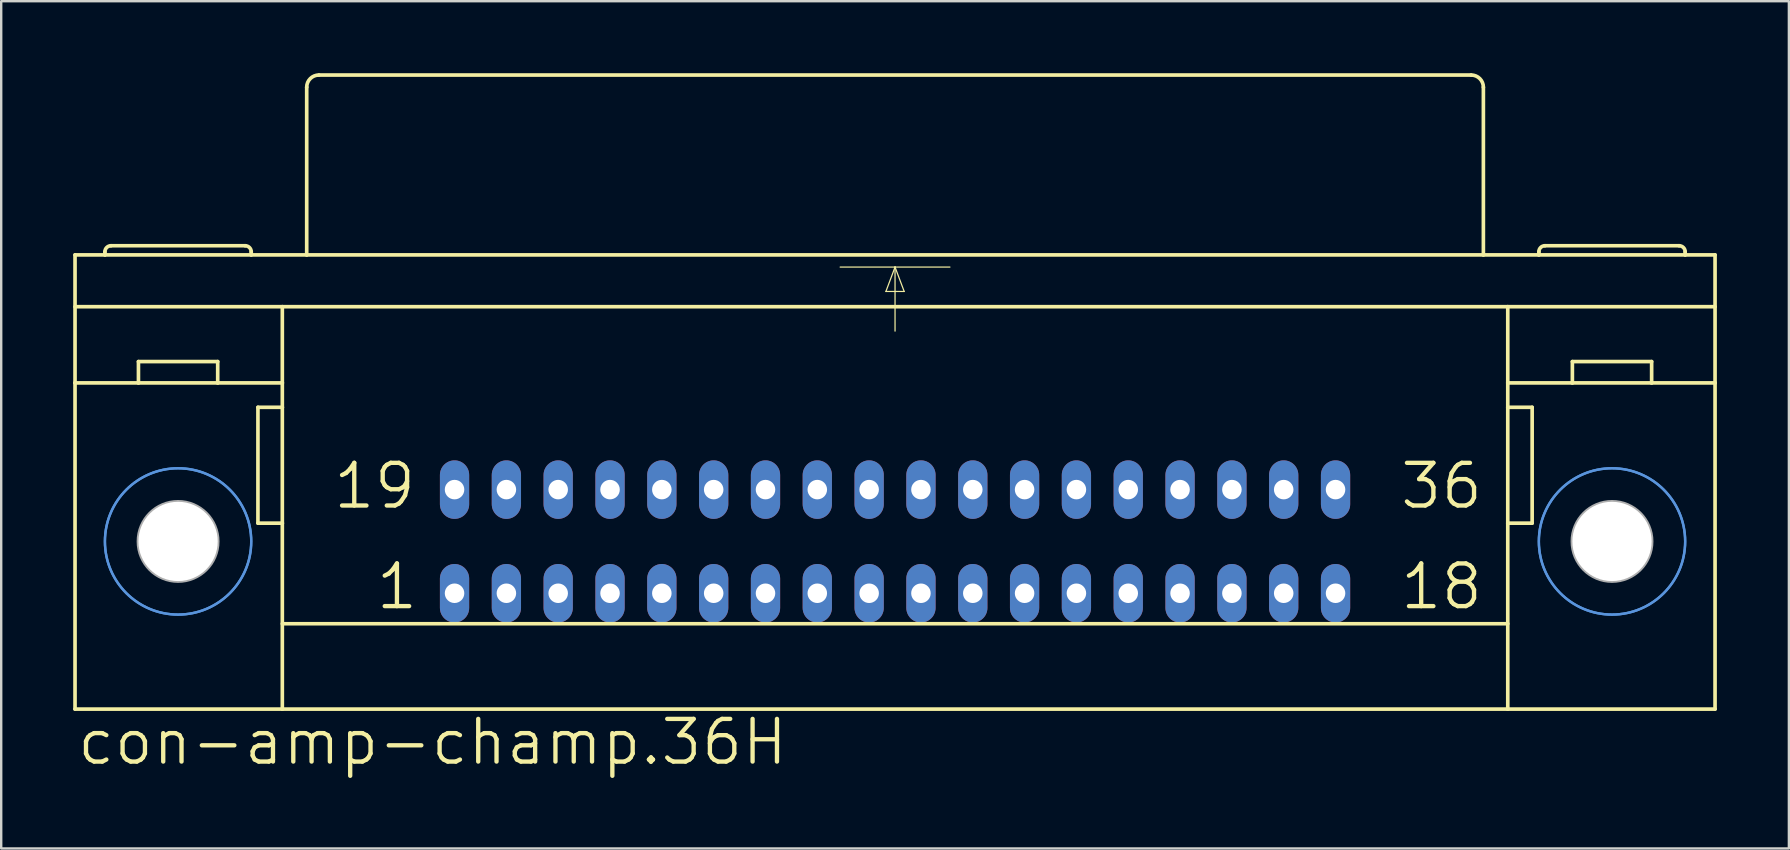
<source format=kicad_pcb>
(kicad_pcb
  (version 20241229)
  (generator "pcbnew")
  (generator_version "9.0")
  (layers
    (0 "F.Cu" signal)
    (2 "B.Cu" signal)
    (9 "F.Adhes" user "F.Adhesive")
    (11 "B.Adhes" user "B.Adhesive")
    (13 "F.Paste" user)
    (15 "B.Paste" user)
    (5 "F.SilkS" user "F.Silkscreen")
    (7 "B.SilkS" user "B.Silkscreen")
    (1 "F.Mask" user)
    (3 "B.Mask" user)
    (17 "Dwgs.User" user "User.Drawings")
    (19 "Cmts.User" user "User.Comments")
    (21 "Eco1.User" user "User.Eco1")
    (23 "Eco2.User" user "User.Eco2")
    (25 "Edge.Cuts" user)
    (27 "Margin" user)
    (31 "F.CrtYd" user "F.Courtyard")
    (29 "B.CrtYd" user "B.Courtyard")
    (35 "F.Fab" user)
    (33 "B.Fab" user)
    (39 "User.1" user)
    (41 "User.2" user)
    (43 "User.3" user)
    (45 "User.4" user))
  (footprint "con-amp-champ.36H"
    (layer "F.Cu")
    (at 34.239 19.507)
    (property "Reference" "con-amp-champ.36H" (at -34.163 9.398 0) (layer "F.SilkS") (effects (font (size 1.778 1.778) (thickness 0.18)) (justify left bottom)))
    (attr through_hole)
    (fp_line (start -34.163 -11.938) (end -32.918 -11.938) (stroke (width 0.152) (type default)) (layer "F.SilkS"))
    (fp_line (start -34.163 -9.779) (end -25.527 -9.779) (stroke (width 0.152) (type default)) (layer "F.SilkS"))
    (fp_line (start -34.163 -6.604) (end -34.163 -11.938) (stroke (width 0.152) (type default)) (layer "F.SilkS"))
    (fp_line (start -34.163 6.985) (end -34.163 -6.604) (stroke (width 0.152) (type default)) (layer "F.SilkS"))
    (fp_line (start -34.163 6.985) (end -25.527 6.985) (stroke (width 0.152) (type default)) (layer "F.SilkS"))
    (fp_line (start -32.918 -11.938) (end -32.918 -12.065) (stroke (width 0.152) (type default)) (layer "F.SilkS"))
    (fp_line (start -32.918 -11.938) (end -26.822 -11.938) (stroke (width 0.152) (type default)) (layer "F.SilkS"))
    (fp_line (start -31.521 -6.604) (end -34.163 -6.604) (stroke (width 0.152) (type default)) (layer "F.SilkS"))
    (fp_line (start -31.521 -6.604) (end -31.521 -7.493) (stroke (width 0.152) (type default)) (layer "F.SilkS"))
    (fp_line (start -28.219 -7.493) (end -31.521 -7.493) (stroke (width 0.152) (type default)) (layer "F.SilkS"))
    (fp_line (start -28.219 -6.604) (end -31.521 -6.604) (stroke (width 0.152) (type default)) (layer "F.SilkS"))
    (fp_line (start -28.219 -6.604) (end -28.219 -7.493) (stroke (width 0.152) (type default)) (layer "F.SilkS"))
    (fp_line (start -27.076 -12.319) (end -32.664 -12.319) (stroke (width 0.152) (type default)) (layer "F.SilkS"))
    (fp_line (start -26.822 -11.938) (end -26.822 -12.065) (stroke (width 0.152) (type default)) (layer "F.SilkS"))
    (fp_line (start -26.822 -11.938) (end -24.511 -11.938) (stroke (width 0.152) (type default)) (layer "F.SilkS"))
    (fp_line (start -26.543 -5.588) (end -26.543 -0.762) (stroke (width 0.152) (type default)) (layer "F.SilkS"))
    (fp_line (start -26.543 -0.762) (end -25.527 -0.762) (stroke (width 0.152) (type default)) (layer "F.SilkS"))
    (fp_line (start -25.527 -9.779) (end 25.527 -9.779) (stroke (width 0.152) (type default)) (layer "F.SilkS"))
    (fp_line (start -25.527 -6.604) (end -28.219 -6.604) (stroke (width 0.152) (type default)) (layer "F.SilkS"))
    (fp_line (start -25.527 -6.604) (end -25.527 -9.779) (stroke (width 0.152) (type default)) (layer "F.SilkS"))
    (fp_line (start -25.527 -5.588) (end -26.543 -5.588) (stroke (width 0.152) (type default)) (layer "F.SilkS"))
    (fp_line (start -25.527 -5.588) (end -25.527 -6.604) (stroke (width 0.152) (type default)) (layer "F.SilkS"))
    (fp_line (start -25.527 -0.762) (end -25.527 -5.588) (stroke (width 0.152) (type default)) (layer "F.SilkS"))
    (fp_line (start -25.527 3.429) (end 25.527 3.429) (stroke (width 0.152) (type default)) (layer "F.SilkS"))
    (fp_line (start -25.527 6.985) (end -25.527 -0.762) (stroke (width 0.152) (type default)) (layer "F.SilkS"))
    (fp_line (start -25.527 6.985) (end 25.527 6.985) (stroke (width 0.152) (type default)) (layer "F.SilkS"))
    (fp_line (start -24.511 -11.938) (end -24.511 -18.923) (stroke (width 0.152) (type default)) (layer "F.SilkS"))
    (fp_line (start -24.511 -11.938) (end 24.511 -11.938) (stroke (width 0.152) (type default)) (layer "F.SilkS"))
    (fp_line (start -24.003 -19.431) (end 24.003 -19.431) (stroke (width 0.152) (type default)) (layer "F.SilkS"))
    (fp_line (start -2.286 -11.43) (end 0 -11.43) (stroke (width 0.051) (type default)) (layer "F.SilkS"))
    (fp_line (start -0.381 -10.414) (end 0.381 -10.414) (stroke (width 0.051) (type default)) (layer "F.SilkS"))
    (fp_line (start 0 -11.43) (end -0.381 -10.414) (stroke (width 0.051) (type default)) (layer "F.SilkS"))
    (fp_line (start 0 -11.43) (end 0 -8.763) (stroke (width 0.051) (type default)) (layer "F.SilkS"))
    (fp_line (start 0 -11.43) (end 2.286 -11.43) (stroke (width 0.051) (type default)) (layer "F.SilkS"))
    (fp_line (start 0.381 -10.414) (end 0 -11.43) (stroke (width 0.051) (type default)) (layer "F.SilkS"))
    (fp_line (start 24.511 -11.938) (end 24.511 -18.923) (stroke (width 0.152) (type default)) (layer "F.SilkS"))
    (fp_line (start 24.511 -11.938) (end 26.822 -11.938) (stroke (width 0.152) (type default)) (layer "F.SilkS"))
    (fp_line (start 25.527 -9.779) (end 34.163 -9.779) (stroke (width 0.152) (type default)) (layer "F.SilkS"))
    (fp_line (start 25.527 -6.604) (end 25.527 -9.779) (stroke (width 0.152) (type default)) (layer "F.SilkS"))
    (fp_line (start 25.527 -6.604) (end 28.219 -6.604) (stroke (width 0.152) (type default)) (layer "F.SilkS"))
    (fp_line (start 25.527 -5.588) (end 25.527 -6.604) (stroke (width 0.152) (type default)) (layer "F.SilkS"))
    (fp_line (start 25.527 -5.588) (end 26.543 -5.588) (stroke (width 0.152) (type default)) (layer "F.SilkS"))
    (fp_line (start 25.527 -0.762) (end 25.527 -5.588) (stroke (width 0.152) (type default)) (layer "F.SilkS"))
    (fp_line (start 25.527 6.985) (end 25.527 -0.762) (stroke (width 0.152) (type default)) (layer "F.SilkS"))
    (fp_line (start 25.527 6.985) (end 34.163 6.985) (stroke (width 0.152) (type default)) (layer "F.SilkS"))
    (fp_line (start 26.543 -5.588) (end 26.543 -0.762) (stroke (width 0.152) (type default)) (layer "F.SilkS"))
    (fp_line (start 26.543 -0.762) (end 25.527 -0.762) (stroke (width 0.152) (type default)) (layer "F.SilkS"))
    (fp_line (start 26.822 -11.938) (end 26.822 -12.065) (stroke (width 0.152) (type default)) (layer "F.SilkS"))
    (fp_line (start 26.822 -11.938) (end 32.918 -11.938) (stroke (width 0.152) (type default)) (layer "F.SilkS"))
    (fp_line (start 27.076 -12.319) (end 32.664 -12.319) (stroke (width 0.152) (type default)) (layer "F.SilkS"))
    (fp_line (start 28.219 -7.493) (end 31.521 -7.493) (stroke (width 0.152) (type default)) (layer "F.SilkS"))
    (fp_line (start 28.219 -6.604) (end 28.219 -7.493) (stroke (width 0.152) (type default)) (layer "F.SilkS"))
    (fp_line (start 28.219 -6.604) (end 31.521 -6.604) (stroke (width 0.152) (type default)) (layer "F.SilkS"))
    (fp_line (start 31.521 -6.604) (end 31.521 -7.493) (stroke (width 0.152) (type default)) (layer "F.SilkS"))
    (fp_line (start 31.521 -6.604) (end 34.163 -6.604) (stroke (width 0.152) (type default)) (layer "F.SilkS"))
    (fp_line (start 32.918 -11.938) (end 32.918 -12.065) (stroke (width 0.152) (type default)) (layer "F.SilkS"))
    (fp_line (start 32.918 -11.938) (end 34.163 -11.938) (stroke (width 0.152) (type default)) (layer "F.SilkS"))
    (fp_line (start 34.163 -11.938) (end 34.163 -6.604) (stroke (width 0.152) (type default)) (layer "F.SilkS"))
    (fp_line (start 34.163 -6.604) (end 34.163 6.985) (stroke (width 0.152) (type default)) (layer "F.SilkS"))
    (fp_arc (start -32.9184 -12.065) (mid -32.844005 -12.244605) (end -32.6644 -12.319) (stroke (width 0.1524) (type default)) (layer "F.SilkS"))
    (fp_arc (start -27.0764 -12.319) (mid -26.896795 -12.244605) (end -26.8224 -12.065) (stroke (width 0.1524) (type default)) (layer "F.SilkS"))
    (fp_arc (start -24.511 -18.923) (mid -24.36221 -19.28221) (end -24.003 -19.431) (stroke (width 0.1524) (type default)) (layer "F.SilkS"))
    (fp_arc (start 24.003 -19.431) (mid 24.36221 -19.28221) (end 24.511 -18.923) (stroke (width 0.1524) (type default)) (layer "F.SilkS"))
    (fp_arc (start 26.8224 -12.065) (mid 26.896795 -12.244605) (end 27.0764 -12.319) (stroke (width 0.1524) (type default)) (layer "F.SilkS"))
    (fp_arc (start 32.6644 -12.319) (mid 32.844005 -12.244605) (end 32.9184 -12.065) (stroke (width 0.1524) (type default)) (layer "F.SilkS"))
    (fp_circle (center -29.87 0) (end -26.822 0) (stroke (width 0.1) (type default)) (fill no) (layer "Cmts.User"))
    (fp_circle (center -29.87 0) (end -26.822 0) (stroke (width 0.1) (type default)) (fill no) (layer "Cmts.User"))
    (fp_circle (center 29.87 0) (end 32.918 0) (stroke (width 0.1) (type default)) (fill no) (layer "Cmts.User"))
    (fp_circle (center 29.87 0) (end 32.918 0) (stroke (width 0.1) (type default)) (fill no) (layer "Cmts.User"))
    (fp_circle (center -29.87 0) (end -28.219 0) (stroke (width 0.152) (type default)) (fill no) (layer "F.Fab"))
    (fp_circle (center 29.87 0) (end 31.521 0) (stroke (width 0.152) (type default)) (fill no) (layer "F.Fab"))
    (fp_text user "1" (at -21.717 2.921 0) (layer "F.SilkS") (effects (font (size 1.778 1.778) (thickness 0.18)) (justify left bottom)))
    (fp_text user "36" (at 20.955 -1.27 0) (layer "F.SilkS") (effects (font (size 1.778 1.778) (thickness 0.18)) (justify left bottom)))
    (fp_text user "19" (at -23.495 -1.27 0) (layer "F.SilkS") (effects (font (size 1.778 1.778) (thickness 0.18)) (justify left bottom)))
    (fp_text user "18" (at 20.955 2.921 0) (layer "F.SilkS") (effects (font (size 1.778 1.778) (thickness 0.18)) (justify left bottom)))
    (pad "" np_thru_hole circle (at -29.87 0) (size 3.302 3.302) (drill 3.302) (layers "*.Cu" "*.Mask"))
    (pad "" np_thru_hole circle (at 29.87 0) (size 3.302 3.302) (drill 3.302) (layers "*.Cu" "*.Mask"))
    (pad "1" thru_hole oval (at -18.352 2.159 90) (size 2.438 1.219) (drill 0.813) (layers "*.Cu" "*.Mask"))
    (pad "2" thru_hole oval (at -16.192 2.159 90) (size 2.438 1.219) (drill 0.813) (layers "*.Cu" "*.Mask"))
    (pad "3" thru_hole oval (at -14.034 2.159 90) (size 2.438 1.219) (drill 0.813) (layers "*.Cu" "*.Mask"))
    (pad "4" thru_hole oval (at -11.874 2.159 90) (size 2.438 1.219) (drill 0.813) (layers "*.Cu" "*.Mask"))
    (pad "5" thru_hole oval (at -9.716 2.159 90) (size 2.438 1.219) (drill 0.813) (layers "*.Cu" "*.Mask"))
    (pad "6" thru_hole oval (at -7.556 2.159 90) (size 2.438 1.219) (drill 0.813) (layers "*.Cu" "*.Mask"))
    (pad "7" thru_hole oval (at -5.397 2.159 90) (size 2.438 1.219) (drill 0.813) (layers "*.Cu" "*.Mask"))
    (pad "8" thru_hole oval (at -3.239 2.159 90) (size 2.438 1.219) (drill 0.813) (layers "*.Cu" "*.Mask"))
    (pad "9" thru_hole oval (at -1.079 2.159 90) (size 2.438 1.219) (drill 0.813) (layers "*.Cu" "*.Mask"))
    (pad "10" thru_hole oval (at 1.079 2.159 90) (size 2.438 1.219) (drill 0.813) (layers "*.Cu" "*.Mask"))
    (pad "11" thru_hole oval (at 3.239 2.159 90) (size 2.438 1.219) (drill 0.813) (layers "*.Cu" "*.Mask"))
    (pad "12" thru_hole oval (at 5.397 2.159 90) (size 2.438 1.219) (drill 0.813) (layers "*.Cu" "*.Mask"))
    (pad "13" thru_hole oval (at 7.556 2.159 90) (size 2.438 1.219) (drill 0.813) (layers "*.Cu" "*.Mask"))
    (pad "14" thru_hole oval (at 9.716 2.159 90) (size 2.438 1.219) (drill 0.813) (layers "*.Cu" "*.Mask"))
    (pad "15" thru_hole oval (at 11.874 2.159 90) (size 2.438 1.219) (drill 0.813) (layers "*.Cu" "*.Mask"))
    (pad "16" thru_hole oval (at 14.034 2.159 90) (size 2.438 1.219) (drill 0.813) (layers "*.Cu" "*.Mask"))
    (pad "17" thru_hole oval (at 16.192 2.159 90) (size 2.438 1.219) (drill 0.813) (layers "*.Cu" "*.Mask"))
    (pad "18" thru_hole oval (at 18.352 2.159 90) (size 2.438 1.219) (drill 0.813) (layers "*.Cu" "*.Mask"))
    (pad "19" thru_hole oval (at -18.352 -2.159 90) (size 2.438 1.219) (drill 0.813) (layers "*.Cu" "*.Mask"))
    (pad "20" thru_hole oval (at -16.192 -2.159 90) (size 2.438 1.219) (drill 0.813) (layers "*.Cu" "*.Mask"))
    (pad "21" thru_hole oval (at -14.034 -2.159 90) (size 2.438 1.219) (drill 0.813) (layers "*.Cu" "*.Mask"))
    (pad "22" thru_hole oval (at -11.874 -2.159 90) (size 2.438 1.219) (drill 0.813) (layers "*.Cu" "*.Mask"))
    (pad "23" thru_hole oval (at -9.716 -2.159 90) (size 2.438 1.219) (drill 0.813) (layers "*.Cu" "*.Mask"))
    (pad "24" thru_hole oval (at -7.556 -2.159 90) (size 2.438 1.219) (drill 0.813) (layers "*.Cu" "*.Mask"))
    (pad "25" thru_hole oval (at -5.397 -2.159 90) (size 2.438 1.219) (drill 0.813) (layers "*.Cu" "*.Mask"))
    (pad "26" thru_hole oval (at -3.239 -2.159 90) (size 2.438 1.219) (drill 0.813) (layers "*.Cu" "*.Mask"))
    (pad "27" thru_hole oval (at -1.079 -2.159 90) (size 2.438 1.219) (drill 0.813) (layers "*.Cu" "*.Mask"))
    (pad "28" thru_hole oval (at 1.079 -2.159 90) (size 2.438 1.219) (drill 0.813) (layers "*.Cu" "*.Mask"))
    (pad "29" thru_hole oval (at 3.239 -2.159 90) (size 2.438 1.219) (drill 0.813) (layers "*.Cu" "*.Mask"))
    (pad "30" thru_hole oval (at 5.397 -2.159 90) (size 2.438 1.219) (drill 0.813) (layers "*.Cu" "*.Mask"))
    (pad "31" thru_hole oval (at 7.556 -2.159 90) (size 2.438 1.219) (drill 0.813) (layers "*.Cu" "*.Mask"))
    (pad "32" thru_hole oval (at 9.716 -2.159 90) (size 2.438 1.219) (drill 0.813) (layers "*.Cu" "*.Mask"))
    (pad "33" thru_hole oval (at 11.874 -2.159 90) (size 2.438 1.219) (drill 0.813) (layers "*.Cu" "*.Mask"))
    (pad "34" thru_hole oval (at 14.034 -2.159 90) (size 2.438 1.219) (drill 0.813) (layers "*.Cu" "*.Mask"))
    (pad "35" thru_hole oval (at 16.192 -2.159 90) (size 2.438 1.219) (drill 0.813) (layers "*.Cu" "*.Mask"))
    (pad "36" thru_hole oval (at 18.352 -2.159 90) (size 2.438 1.219) (drill 0.813) (layers "*.Cu" "*.Mask")))
  (gr_rect
    (start -3 -3)
    (end 71.478 32.299)
    (stroke (width 0.1) (type default))
    (fill no)
    (layer "Edge.Cuts")))
</source>
